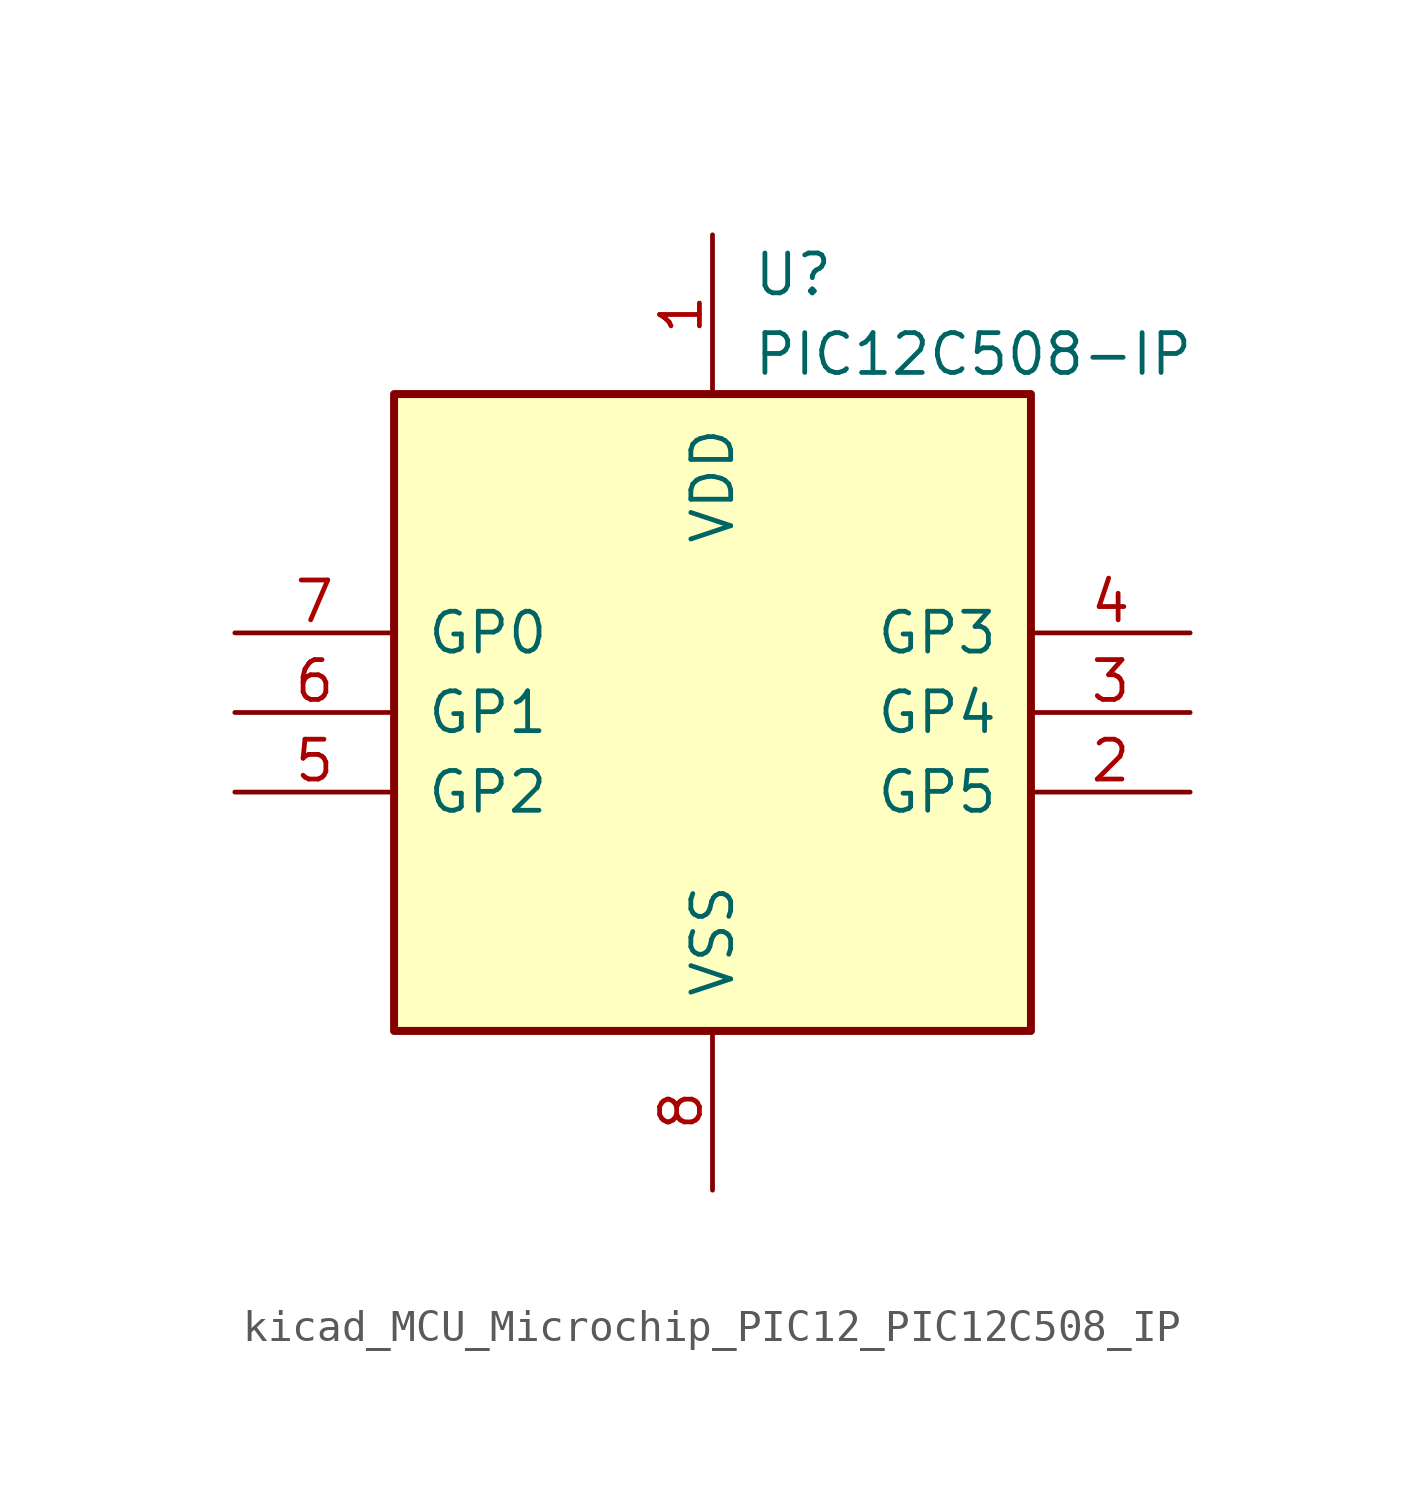
<source format=kicad_sym>
(kicad_symbol_lib
  (version 20220914)
  (generator kicad_symbol_editor)
  (symbol "kicad_MCU_Microchip_PIC12_PIC12C508_IP"
    (pin_names
      (offset 1.016))
    (property "Reference" "U"
      (at 1.27 13.97 0)
      (effects (font (size 1.27 1.27)) (justify left)))
    (property "Value" "PIC12C508-IP"
      (at 1.27 11.43 0)
      (effects (font (size 1.27 1.27)) (justify left)))
    (symbol "kicad_MCU_Microchip_PIC12_PIC12C508_IP_0_1"
      (rectangle (start 10.16 -10.16) (end -10.16 10.16) (stroke (width 0.254) (type default)) (fill (type background))))
    (symbol "kicad_MCU_Microchip_PIC12_PIC12C508_IP_1_1"
      (pin power_in line (at 0 15.24 270) (length 5.08) (name "VDD" (effects (font (size 1.27 1.27)))) (number "1" (effects (font (size 1.27 1.27)))))
      (pin bidirectional line (at 15.24 -2.54 180) (length 5.08) (name "GP5" (effects (font (size 1.27 1.27)))) (number "2" (effects (font (size 1.27 1.27)))))
      (pin bidirectional line (at 15.24 0 180) (length 5.08) (name "GP4" (effects (font (size 1.27 1.27)))) (number "3" (effects (font (size 1.27 1.27)))))
      (pin input line (at 15.24 2.54 180) (length 5.08) (name "GP3" (effects (font (size 1.27 1.27)))) (number "4" (effects (font (size 1.27 1.27)))))
      (pin bidirectional line (at -15.24 -2.54 0) (length 5.08) (name "GP2" (effects (font (size 1.27 1.27)))) (number "5" (effects (font (size 1.27 1.27)))))
      (pin bidirectional line (at -15.24 0 0) (length 5.08) (name "GP1" (effects (font (size 1.27 1.27)))) (number "6" (effects (font (size 1.27 1.27)))))
      (pin bidirectional line (at -15.24 2.54 0) (length 5.08) (name "GP0" (effects (font (size 1.27 1.27)))) (number "7" (effects (font (size 1.27 1.27)))))
      (pin power_in line (at 0 -15.24 90) (length 5.08) (name "VSS" (effects (font (size 1.27 1.27)))) (number "8" (effects (font (size 1.27 1.27))))))))
</source>
